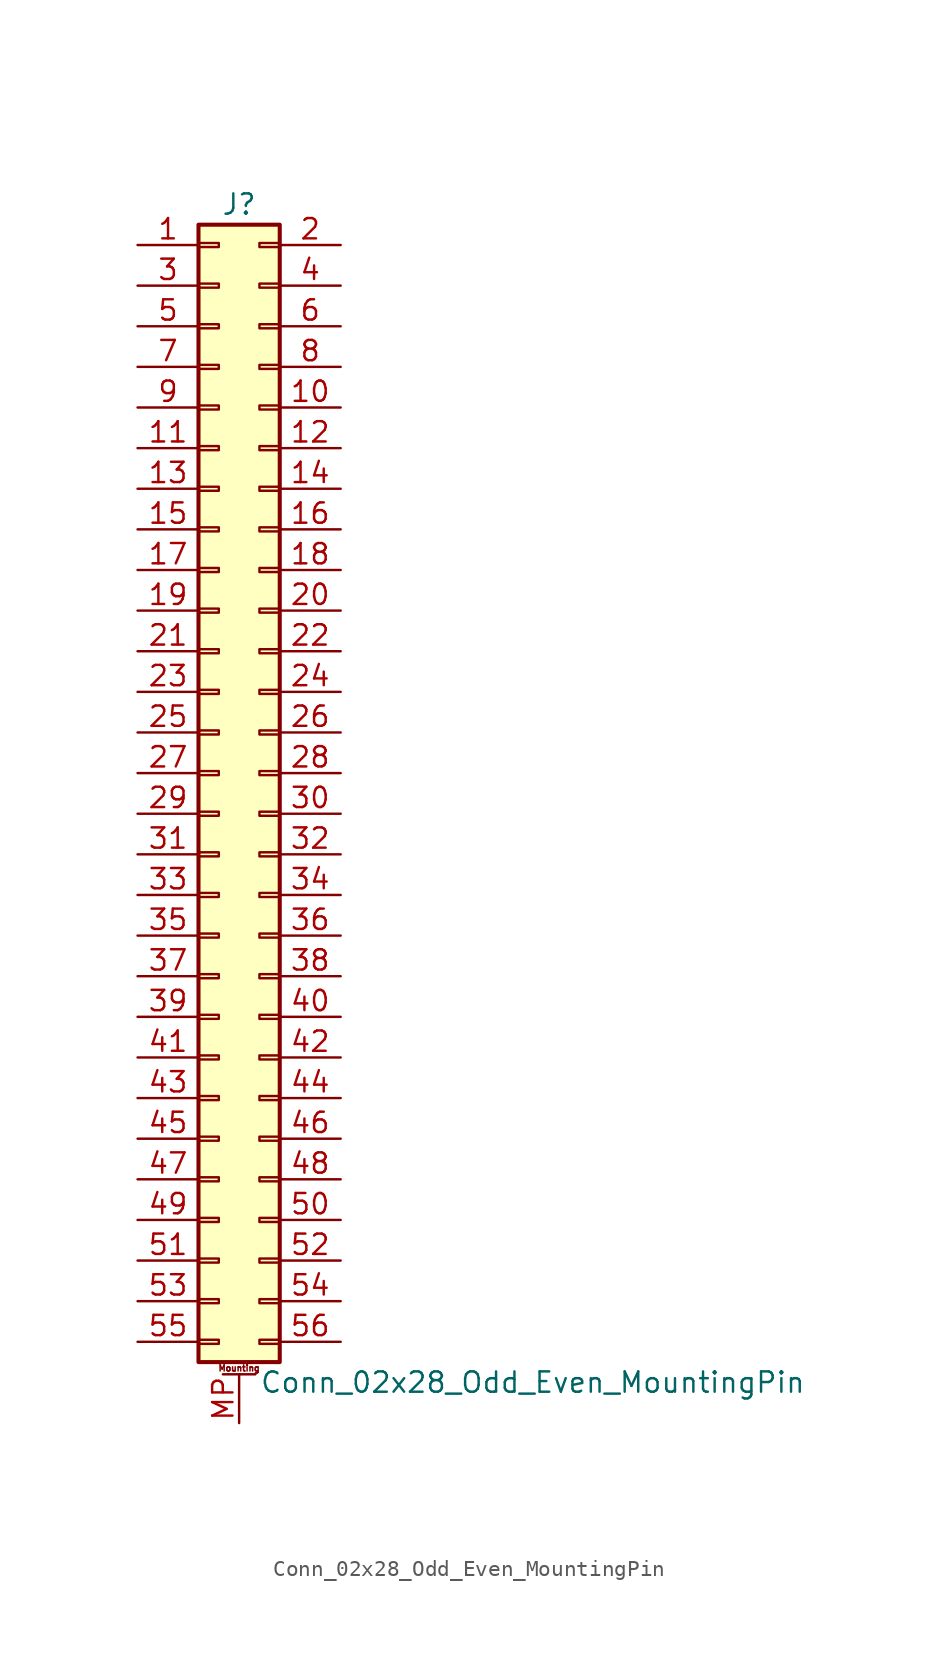
<source format=kicad_sym>
(kicad_symbol_lib
  (version 20201005)
  (generator kicad_symbol_editor)
  (symbol "Conn_02x28_Odd_Even_MountingPin"
    (pin_names
      (offset 1.016) hide)
    (property "Reference" "J"
      (at 1.27 35.56 0)
      (effects (font (size 1.27 1.27))))
    (property "Value" "Conn_02x28_Odd_Even_MountingPin"
      (at 2.54 -38.1 0)
      (effects (font (size 1.27 1.27)) (justify left)))
    (symbol "Conn_02x28_Odd_Even_MountingPin_1_1"
      (text "Mounting" (at 1.27 -37.211 0) (effects (font (size 0.381 0.381))))
      (rectangle (start -1.27 -35.433) (end 0 -35.687) (stroke (width 0.152)) (fill (type none)))
      (rectangle (start -1.27 -32.893) (end 0 -33.147) (stroke (width 0.152)) (fill (type none)))
      (rectangle (start -1.27 -30.353) (end 0 -30.607) (stroke (width 0.152)) (fill (type none)))
      (rectangle (start -1.27 -27.813) (end 0 -28.067) (stroke (width 0.152)) (fill (type none)))
      (rectangle (start -1.27 -25.273) (end 0 -25.527) (stroke (width 0.152)) (fill (type none)))
      (rectangle (start -1.27 -22.733) (end 0 -22.987) (stroke (width 0.152)) (fill (type none)))
      (rectangle (start -1.27 -20.193) (end 0 -20.447) (stroke (width 0.152)) (fill (type none)))
      (rectangle (start -1.27 -17.653) (end 0 -17.907) (stroke (width 0.152)) (fill (type none)))
      (rectangle (start -1.27 -15.113) (end 0 -15.367) (stroke (width 0.152)) (fill (type none)))
      (rectangle (start -1.27 -12.573) (end 0 -12.827) (stroke (width 0.152)) (fill (type none)))
      (rectangle (start -1.27 -10.033) (end 0 -10.287) (stroke (width 0.152)) (fill (type none)))
      (rectangle (start -1.27 -7.493) (end 0 -7.747) (stroke (width 0.152)) (fill (type none)))
      (rectangle (start -1.27 -4.953) (end 0 -5.207) (stroke (width 0.152)) (fill (type none)))
      (rectangle (start -1.27 -2.413) (end 0 -2.667) (stroke (width 0.152)) (fill (type none)))
      (rectangle (start -1.27 0.127) (end 0 -0.127) (stroke (width 0.152)) (fill (type none)))
      (rectangle (start -1.27 2.667) (end 0 2.413) (stroke (width 0.152)) (fill (type none)))
      (rectangle (start -1.27 5.207) (end 0 4.953) (stroke (width 0.152)) (fill (type none)))
      (rectangle (start -1.27 7.747) (end 0 7.493) (stroke (width 0.152)) (fill (type none)))
      (rectangle (start -1.27 10.287) (end 0 10.033) (stroke (width 0.152)) (fill (type none)))
      (rectangle (start -1.27 12.827) (end 0 12.573) (stroke (width 0.152)) (fill (type none)))
      (rectangle (start -1.27 15.367) (end 0 15.113) (stroke (width 0.152)) (fill (type none)))
      (rectangle (start -1.27 17.907) (end 0 17.653) (stroke (width 0.152)) (fill (type none)))
      (rectangle (start -1.27 20.447) (end 0 20.193) (stroke (width 0.152)) (fill (type none)))
      (rectangle (start -1.27 22.987) (end 0 22.733) (stroke (width 0.152)) (fill (type none)))
      (rectangle (start -1.27 25.527) (end 0 25.273) (stroke (width 0.152)) (fill (type none)))
      (rectangle (start -1.27 28.067) (end 0 27.813) (stroke (width 0.152)) (fill (type none)))
      (rectangle (start -1.27 30.607) (end 0 30.353) (stroke (width 0.152)) (fill (type none)))
      (rectangle (start -1.27 33.147) (end 0 32.893) (stroke (width 0.152)) (fill (type none)))
      (rectangle (start 3.81 -35.433) (end 2.54 -35.687) (stroke (width 0.152)) (fill (type none)))
      (rectangle (start 3.81 -32.893) (end 2.54 -33.147) (stroke (width 0.152)) (fill (type none)))
      (rectangle (start 3.81 -30.353) (end 2.54 -30.607) (stroke (width 0.152)) (fill (type none)))
      (rectangle (start 3.81 -27.813) (end 2.54 -28.067) (stroke (width 0.152)) (fill (type none)))
      (rectangle (start 3.81 -25.273) (end 2.54 -25.527) (stroke (width 0.152)) (fill (type none)))
      (rectangle (start 3.81 -22.733) (end 2.54 -22.987) (stroke (width 0.152)) (fill (type none)))
      (rectangle (start 3.81 -20.193) (end 2.54 -20.447) (stroke (width 0.152)) (fill (type none)))
      (rectangle (start 3.81 -17.653) (end 2.54 -17.907) (stroke (width 0.152)) (fill (type none)))
      (rectangle (start 3.81 -15.113) (end 2.54 -15.367) (stroke (width 0.152)) (fill (type none)))
      (rectangle (start 3.81 -12.573) (end 2.54 -12.827) (stroke (width 0.152)) (fill (type none)))
      (rectangle (start 3.81 -10.033) (end 2.54 -10.287) (stroke (width 0.152)) (fill (type none)))
      (rectangle (start 3.81 -7.493) (end 2.54 -7.747) (stroke (width 0.152)) (fill (type none)))
      (rectangle (start 3.81 -4.953) (end 2.54 -5.207) (stroke (width 0.152)) (fill (type none)))
      (rectangle (start 3.81 -2.413) (end 2.54 -2.667) (stroke (width 0.152)) (fill (type none)))
      (rectangle (start 3.81 0.127) (end 2.54 -0.127) (stroke (width 0.152)) (fill (type none)))
      (rectangle (start 3.81 2.667) (end 2.54 2.413) (stroke (width 0.152)) (fill (type none)))
      (rectangle (start 3.81 5.207) (end 2.54 4.953) (stroke (width 0.152)) (fill (type none)))
      (rectangle (start 3.81 7.747) (end 2.54 7.493) (stroke (width 0.152)) (fill (type none)))
      (rectangle (start 3.81 10.287) (end 2.54 10.033) (stroke (width 0.152)) (fill (type none)))
      (rectangle (start 3.81 12.827) (end 2.54 12.573) (stroke (width 0.152)) (fill (type none)))
      (rectangle (start 3.81 15.367) (end 2.54 15.113) (stroke (width 0.152)) (fill (type none)))
      (rectangle (start 3.81 17.907) (end 2.54 17.653) (stroke (width 0.152)) (fill (type none)))
      (rectangle (start 3.81 20.447) (end 2.54 20.193) (stroke (width 0.152)) (fill (type none)))
      (rectangle (start 3.81 22.987) (end 2.54 22.733) (stroke (width 0.152)) (fill (type none)))
      (rectangle (start 3.81 25.527) (end 2.54 25.273) (stroke (width 0.152)) (fill (type none)))
      (rectangle (start 3.81 28.067) (end 2.54 27.813) (stroke (width 0.152)) (fill (type none)))
      (rectangle (start 3.81 30.607) (end 2.54 30.353) (stroke (width 0.152)) (fill (type none)))
      (rectangle (start 3.81 33.147) (end 2.54 32.893) (stroke (width 0.152)) (fill (type none)))
      (rectangle (start -1.27 34.29) (end 3.81 -36.83) (stroke (width 0.254)) (fill (type background)))
      (polyline (pts (xy 0.254 -37.592) (xy 2.286 -37.592)) (stroke (width 0.152)) (fill (type none)))
      (pin passive line (at -5.08 33.02 0) (length 3.81) (name "Pin_1" (effects (font (size 1.27 1.27)))) (number "1" (effects (font (size 1.27 1.27)))))
      (pin passive line (at 7.62 22.86 180) (length 3.81) (name "Pin_10" (effects (font (size 1.27 1.27)))) (number "10" (effects (font (size 1.27 1.27)))))
      (pin passive line (at -5.08 20.32 0) (length 3.81) (name "Pin_11" (effects (font (size 1.27 1.27)))) (number "11" (effects (font (size 1.27 1.27)))))
      (pin passive line (at 7.62 20.32 180) (length 3.81) (name "Pin_12" (effects (font (size 1.27 1.27)))) (number "12" (effects (font (size 1.27 1.27)))))
      (pin passive line (at -5.08 17.78 0) (length 3.81) (name "Pin_13" (effects (font (size 1.27 1.27)))) (number "13" (effects (font (size 1.27 1.27)))))
      (pin passive line (at 7.62 17.78 180) (length 3.81) (name "Pin_14" (effects (font (size 1.27 1.27)))) (number "14" (effects (font (size 1.27 1.27)))))
      (pin passive line (at -5.08 15.24 0) (length 3.81) (name "Pin_15" (effects (font (size 1.27 1.27)))) (number "15" (effects (font (size 1.27 1.27)))))
      (pin passive line (at 7.62 15.24 180) (length 3.81) (name "Pin_16" (effects (font (size 1.27 1.27)))) (number "16" (effects (font (size 1.27 1.27)))))
      (pin passive line (at -5.08 12.7 0) (length 3.81) (name "Pin_17" (effects (font (size 1.27 1.27)))) (number "17" (effects (font (size 1.27 1.27)))))
      (pin passive line (at 7.62 12.7 180) (length 3.81) (name "Pin_18" (effects (font (size 1.27 1.27)))) (number "18" (effects (font (size 1.27 1.27)))))
      (pin passive line (at -5.08 10.16 0) (length 3.81) (name "Pin_19" (effects (font (size 1.27 1.27)))) (number "19" (effects (font (size 1.27 1.27)))))
      (pin passive line (at 7.62 33.02 180) (length 3.81) (name "Pin_2" (effects (font (size 1.27 1.27)))) (number "2" (effects (font (size 1.27 1.27)))))
      (pin passive line (at 7.62 10.16 180) (length 3.81) (name "Pin_20" (effects (font (size 1.27 1.27)))) (number "20" (effects (font (size 1.27 1.27)))))
      (pin passive line (at -5.08 7.62 0) (length 3.81) (name "Pin_21" (effects (font (size 1.27 1.27)))) (number "21" (effects (font (size 1.27 1.27)))))
      (pin passive line (at 7.62 7.62 180) (length 3.81) (name "Pin_22" (effects (font (size 1.27 1.27)))) (number "22" (effects (font (size 1.27 1.27)))))
      (pin passive line (at -5.08 5.08 0) (length 3.81) (name "Pin_23" (effects (font (size 1.27 1.27)))) (number "23" (effects (font (size 1.27 1.27)))))
      (pin passive line (at 7.62 5.08 180) (length 3.81) (name "Pin_24" (effects (font (size 1.27 1.27)))) (number "24" (effects (font (size 1.27 1.27)))))
      (pin passive line (at -5.08 2.54 0) (length 3.81) (name "Pin_25" (effects (font (size 1.27 1.27)))) (number "25" (effects (font (size 1.27 1.27)))))
      (pin passive line (at 7.62 2.54 180) (length 3.81) (name "Pin_26" (effects (font (size 1.27 1.27)))) (number "26" (effects (font (size 1.27 1.27)))))
      (pin passive line (at -5.08 0 0) (length 3.81) (name "Pin_27" (effects (font (size 1.27 1.27)))) (number "27" (effects (font (size 1.27 1.27)))))
      (pin passive line (at 7.62 0 180) (length 3.81) (name "Pin_28" (effects (font (size 1.27 1.27)))) (number "28" (effects (font (size 1.27 1.27)))))
      (pin passive line (at -5.08 -2.54 0) (length 3.81) (name "Pin_29" (effects (font (size 1.27 1.27)))) (number "29" (effects (font (size 1.27 1.27)))))
      (pin passive line (at -5.08 30.48 0) (length 3.81) (name "Pin_3" (effects (font (size 1.27 1.27)))) (number "3" (effects (font (size 1.27 1.27)))))
      (pin passive line (at 7.62 -2.54 180) (length 3.81) (name "Pin_30" (effects (font (size 1.27 1.27)))) (number "30" (effects (font (size 1.27 1.27)))))
      (pin passive line (at -5.08 -5.08 0) (length 3.81) (name "Pin_31" (effects (font (size 1.27 1.27)))) (number "31" (effects (font (size 1.27 1.27)))))
      (pin passive line (at 7.62 -5.08 180) (length 3.81) (name "Pin_32" (effects (font (size 1.27 1.27)))) (number "32" (effects (font (size 1.27 1.27)))))
      (pin passive line (at -5.08 -7.62 0) (length 3.81) (name "Pin_33" (effects (font (size 1.27 1.27)))) (number "33" (effects (font (size 1.27 1.27)))))
      (pin passive line (at 7.62 -7.62 180) (length 3.81) (name "Pin_34" (effects (font (size 1.27 1.27)))) (number "34" (effects (font (size 1.27 1.27)))))
      (pin passive line (at -5.08 -10.16 0) (length 3.81) (name "Pin_35" (effects (font (size 1.27 1.27)))) (number "35" (effects (font (size 1.27 1.27)))))
      (pin passive line (at 7.62 -10.16 180) (length 3.81) (name "Pin_36" (effects (font (size 1.27 1.27)))) (number "36" (effects (font (size 1.27 1.27)))))
      (pin passive line (at -5.08 -12.7 0) (length 3.81) (name "Pin_37" (effects (font (size 1.27 1.27)))) (number "37" (effects (font (size 1.27 1.27)))))
      (pin passive line (at 7.62 -12.7 180) (length 3.81) (name "Pin_38" (effects (font (size 1.27 1.27)))) (number "38" (effects (font (size 1.27 1.27)))))
      (pin passive line (at -5.08 -15.24 0) (length 3.81) (name "Pin_39" (effects (font (size 1.27 1.27)))) (number "39" (effects (font (size 1.27 1.27)))))
      (pin passive line (at 7.62 30.48 180) (length 3.81) (name "Pin_4" (effects (font (size 1.27 1.27)))) (number "4" (effects (font (size 1.27 1.27)))))
      (pin passive line (at 7.62 -15.24 180) (length 3.81) (name "Pin_40" (effects (font (size 1.27 1.27)))) (number "40" (effects (font (size 1.27 1.27)))))
      (pin passive line (at -5.08 -17.78 0) (length 3.81) (name "Pin_41" (effects (font (size 1.27 1.27)))) (number "41" (effects (font (size 1.27 1.27)))))
      (pin passive line (at 7.62 -17.78 180) (length 3.81) (name "Pin_42" (effects (font (size 1.27 1.27)))) (number "42" (effects (font (size 1.27 1.27)))))
      (pin passive line (at -5.08 -20.32 0) (length 3.81) (name "Pin_43" (effects (font (size 1.27 1.27)))) (number "43" (effects (font (size 1.27 1.27)))))
      (pin passive line (at 7.62 -20.32 180) (length 3.81) (name "Pin_44" (effects (font (size 1.27 1.27)))) (number "44" (effects (font (size 1.27 1.27)))))
      (pin passive line (at -5.08 -22.86 0) (length 3.81) (name "Pin_45" (effects (font (size 1.27 1.27)))) (number "45" (effects (font (size 1.27 1.27)))))
      (pin passive line (at 7.62 -22.86 180) (length 3.81) (name "Pin_46" (effects (font (size 1.27 1.27)))) (number "46" (effects (font (size 1.27 1.27)))))
      (pin passive line (at -5.08 -25.4 0) (length 3.81) (name "Pin_47" (effects (font (size 1.27 1.27)))) (number "47" (effects (font (size 1.27 1.27)))))
      (pin passive line (at 7.62 -25.4 180) (length 3.81) (name "Pin_48" (effects (font (size 1.27 1.27)))) (number "48" (effects (font (size 1.27 1.27)))))
      (pin passive line (at -5.08 -27.94 0) (length 3.81) (name "Pin_49" (effects (font (size 1.27 1.27)))) (number "49" (effects (font (size 1.27 1.27)))))
      (pin passive line (at -5.08 27.94 0) (length 3.81) (name "Pin_5" (effects (font (size 1.27 1.27)))) (number "5" (effects (font (size 1.27 1.27)))))
      (pin passive line (at 7.62 -27.94 180) (length 3.81) (name "Pin_50" (effects (font (size 1.27 1.27)))) (number "50" (effects (font (size 1.27 1.27)))))
      (pin passive line (at -5.08 -30.48 0) (length 3.81) (name "Pin_51" (effects (font (size 1.27 1.27)))) (number "51" (effects (font (size 1.27 1.27)))))
      (pin passive line (at 7.62 -30.48 180) (length 3.81) (name "Pin_52" (effects (font (size 1.27 1.27)))) (number "52" (effects (font (size 1.27 1.27)))))
      (pin passive line (at -5.08 -33.02 0) (length 3.81) (name "Pin_53" (effects (font (size 1.27 1.27)))) (number "53" (effects (font (size 1.27 1.27)))))
      (pin passive line (at 7.62 -33.02 180) (length 3.81) (name "Pin_54" (effects (font (size 1.27 1.27)))) (number "54" (effects (font (size 1.27 1.27)))))
      (pin passive line (at -5.08 -35.56 0) (length 3.81) (name "Pin_55" (effects (font (size 1.27 1.27)))) (number "55" (effects (font (size 1.27 1.27)))))
      (pin passive line (at 7.62 -35.56 180) (length 3.81) (name "Pin_56" (effects (font (size 1.27 1.27)))) (number "56" (effects (font (size 1.27 1.27)))))
      (pin passive line (at 7.62 27.94 180) (length 3.81) (name "Pin_6" (effects (font (size 1.27 1.27)))) (number "6" (effects (font (size 1.27 1.27)))))
      (pin passive line (at -5.08 25.4 0) (length 3.81) (name "Pin_7" (effects (font (size 1.27 1.27)))) (number "7" (effects (font (size 1.27 1.27)))))
      (pin passive line (at 7.62 25.4 180) (length 3.81) (name "Pin_8" (effects (font (size 1.27 1.27)))) (number "8" (effects (font (size 1.27 1.27)))))
      (pin passive line (at -5.08 22.86 0) (length 3.81) (name "Pin_9" (effects (font (size 1.27 1.27)))) (number "9" (effects (font (size 1.27 1.27)))))
      (pin passive line (at 1.27 -40.64 90) (length 3.048) (name "MountPin" (effects (font (size 1.27 1.27)))) (number "MP" (effects (font (size 1.27 1.27))))))))
</source>
